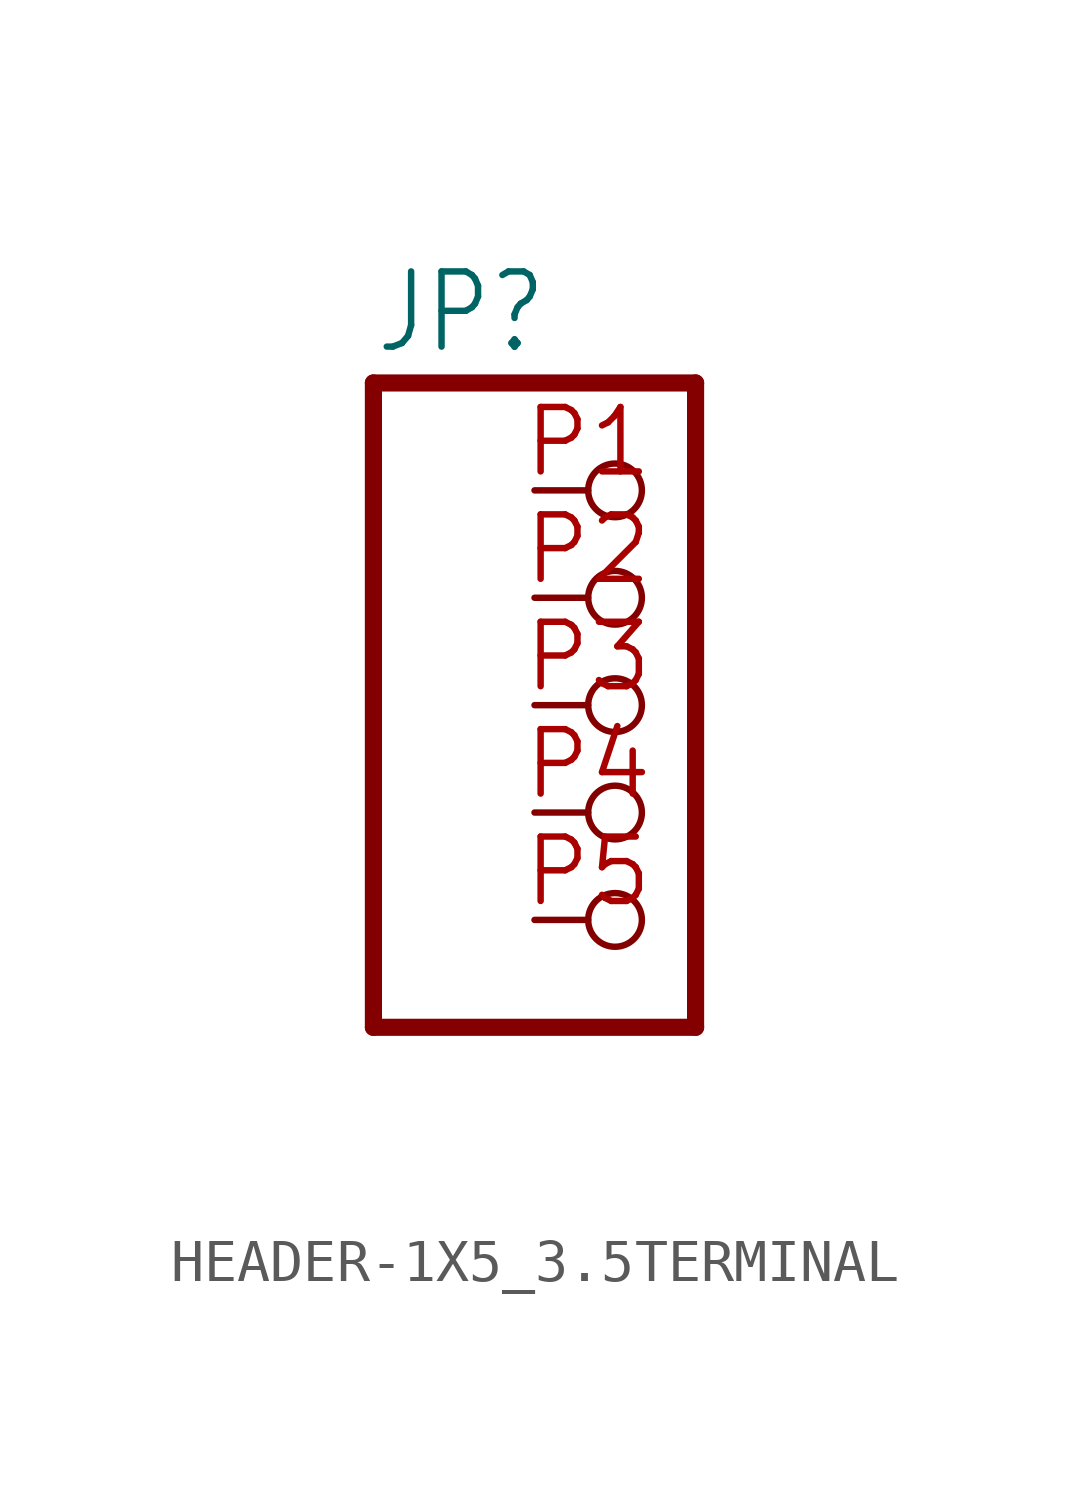
<source format=kicad_sym>
(kicad_symbol_lib
  (version 20241209)
  (generator "kicad_symbol_editor")
  (generator_version "9.0")
  (symbol "HEADER-1X5_3.5TERMINAL"
    (property "Reference" "JP"
      (at -6.35 8.255 0)
      (effects (font (size 1.778 1.511)) (justify left bottom)))
    (property "Value" ""
      (at -6.35 -10.16 0)
      (effects (font (size 1.778 1.511)) (justify left bottom)))
    (property "ki_locked" ""
      (at 0 0 0)
      (effects (font (size 1.27 1.27))))
    (symbol "HEADER-1X5_3.5TERMINAL_1_0"
      (polyline (pts (xy -6.35 7.62) (xy -6.35 -7.62)) (stroke (width 0.406) (type solid)) (fill (type none)))
      (polyline (pts (xy -6.35 -7.62) (xy 1.27 -7.62)) (stroke (width 0.406) (type solid)) (fill (type none)))
      (polyline (pts (xy 1.27 7.62) (xy -6.35 7.62)) (stroke (width 0.406) (type solid)) (fill (type none)))
      (polyline (pts (xy 1.27 -7.62) (xy 1.27 7.62)) (stroke (width 0.406) (type solid)) (fill (type none)))
      (pin passive inverted (at -2.54 5.08 0) (length 2.54) (name "1" (effects (font (size 0 0)))) (number "P1" (effects (font (size 1.524 1.524)))))
      (pin passive inverted (at -2.54 2.54 0) (length 2.54) (name "2" (effects (font (size 0 0)))) (number "P2" (effects (font (size 1.524 1.524)))))
      (pin passive inverted (at -2.54 0 0) (length 2.54) (name "3" (effects (font (size 0 0)))) (number "P3" (effects (font (size 1.524 1.524)))))
      (pin passive inverted (at -2.54 -2.54 0) (length 2.54) (name "4" (effects (font (size 0 0)))) (number "P4" (effects (font (size 1.524 1.524)))))
      (pin passive inverted (at -2.54 -5.08 0) (length 2.54) (name "5" (effects (font (size 0 0)))) (number "P5" (effects (font (size 1.524 1.524))))))))
</source>
